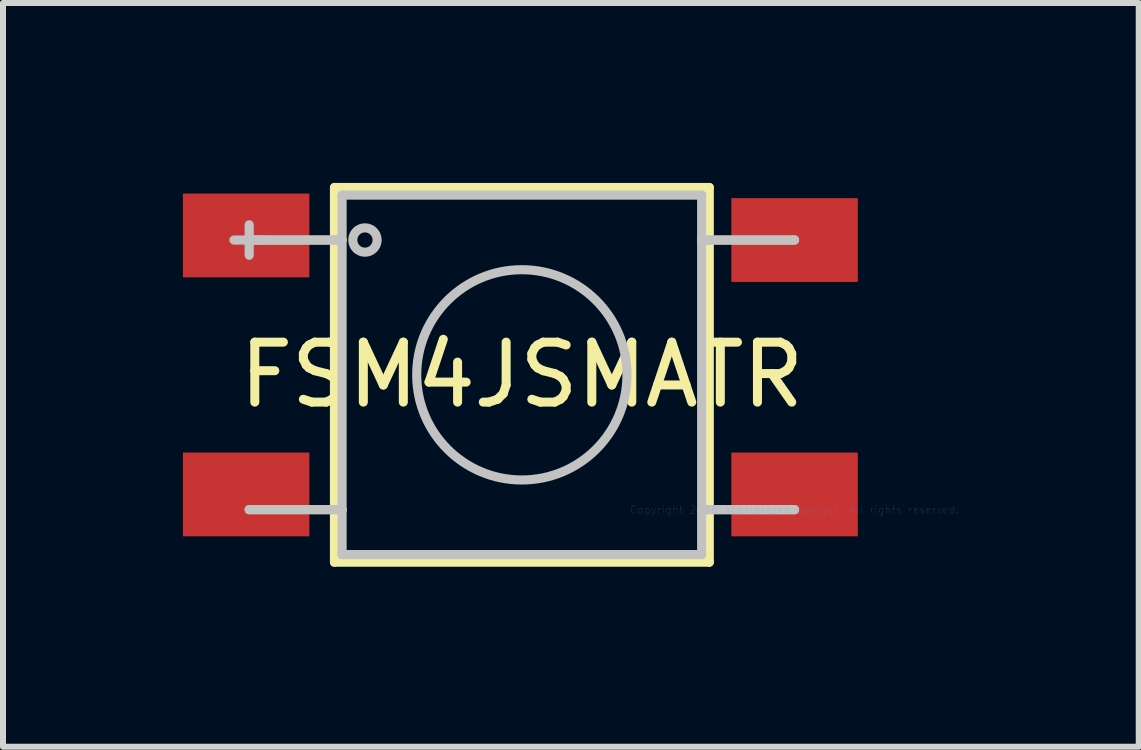
<source format=kicad_pcb>
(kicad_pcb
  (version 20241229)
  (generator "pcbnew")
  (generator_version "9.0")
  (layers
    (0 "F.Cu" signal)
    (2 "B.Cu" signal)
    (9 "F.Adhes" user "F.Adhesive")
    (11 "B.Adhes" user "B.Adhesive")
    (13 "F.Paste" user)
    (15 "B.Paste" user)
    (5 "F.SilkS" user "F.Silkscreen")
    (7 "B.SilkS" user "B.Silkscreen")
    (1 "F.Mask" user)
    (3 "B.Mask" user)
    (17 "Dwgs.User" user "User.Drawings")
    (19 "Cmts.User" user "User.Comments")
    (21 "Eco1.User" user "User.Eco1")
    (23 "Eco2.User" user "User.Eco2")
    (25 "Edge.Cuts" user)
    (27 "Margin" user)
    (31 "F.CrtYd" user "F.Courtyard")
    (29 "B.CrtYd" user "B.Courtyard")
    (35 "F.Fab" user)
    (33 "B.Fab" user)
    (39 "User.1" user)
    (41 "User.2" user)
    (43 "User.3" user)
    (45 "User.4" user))
  (footprint "FSM4JSMATR"
    (layer "F.Cu")
    (at 10.198 5.448)
    (property "Reference" "FSM4JSMATR" (at -4.547 -2.248 0) (layer "F.SilkS") (effects (font (size 1 1) (thickness 0.15))))
    (attr through_hole)
    (fp_line (start -7.671 -5.372) (end -7.671 0.876) (stroke (width 0.152) (type solid)) (layer "F.SilkS"))
    (fp_line (start -7.671 0.876) (end -1.422 0.876) (stroke (width 0.152) (type solid)) (layer "F.SilkS"))
    (fp_line (start -1.422 -5.372) (end -7.671 -5.372) (stroke (width 0.152) (type solid)) (layer "F.SilkS"))
    (fp_line (start -1.422 0.876) (end -1.422 -5.372) (stroke (width 0.152) (type solid)) (layer "F.SilkS"))
    (fp_line (start -9.347 -4.496) (end -8.839 -4.496) (stroke (width 0.152) (type solid)) (layer "Dwgs.User"))
    (fp_line (start -9.093 -4.496) (end -9.093 -4.496) (stroke (width 0.152) (type solid)) (layer "Dwgs.User"))
    (fp_line (start -9.093 -4.496) (end -7.544 -4.496) (stroke (width 0.152) (type solid)) (layer "Dwgs.User"))
    (fp_line (start -9.093 -4.242) (end -9.093 -4.75) (stroke (width 0.152) (type solid)) (layer "Dwgs.User"))
    (fp_line (start -9.093 0) (end -9.093 0) (stroke (width 0.152) (type solid)) (layer "Dwgs.User"))
    (fp_line (start -9.093 0) (end -7.544 0) (stroke (width 0.152) (type solid)) (layer "Dwgs.User"))
    (fp_line (start -7.544 -5.245) (end -7.544 0.749) (stroke (width 0.152) (type solid)) (layer "Dwgs.User"))
    (fp_line (start -7.544 -4.496) (end -9.093 -4.496) (stroke (width 0.152) (type solid)) (layer "Dwgs.User"))
    (fp_line (start -7.544 -4.496) (end -7.544 -4.496) (stroke (width 0.152) (type solid)) (layer "Dwgs.User"))
    (fp_line (start -7.544 0) (end -9.093 0) (stroke (width 0.152) (type solid)) (layer "Dwgs.User"))
    (fp_line (start -7.544 0) (end -7.544 0) (stroke (width 0.152) (type solid)) (layer "Dwgs.User"))
    (fp_line (start -7.544 0.749) (end -1.549 0.749) (stroke (width 0.152) (type solid)) (layer "Dwgs.User"))
    (fp_line (start -1.549 -5.245) (end -7.544 -5.245) (stroke (width 0.152) (type solid)) (layer "Dwgs.User"))
    (fp_line (start -1.549 -4.496) (end -1.549 -4.496) (stroke (width 0.152) (type solid)) (layer "Dwgs.User"))
    (fp_line (start -1.549 -4.496) (end 0 -4.496) (stroke (width 0.152) (type solid)) (layer "Dwgs.User"))
    (fp_line (start -1.549 0) (end -1.549 0) (stroke (width 0.152) (type solid)) (layer "Dwgs.User"))
    (fp_line (start -1.549 0) (end 0 0) (stroke (width 0.152) (type solid)) (layer "Dwgs.User"))
    (fp_line (start -1.549 0.749) (end -1.549 -5.245) (stroke (width 0.152) (type solid)) (layer "Dwgs.User"))
    (fp_line (start 0 -4.496) (end -1.549 -4.496) (stroke (width 0.152) (type solid)) (layer "Dwgs.User"))
    (fp_line (start 0 -4.496) (end 0 -4.496) (stroke (width 0.152) (type solid)) (layer "Dwgs.User"))
    (fp_line (start 0 0) (end -1.549 0) (stroke (width 0.152) (type solid)) (layer "Dwgs.User"))
    (fp_line (start 0 0) (end 0 0) (stroke (width 0.152) (type solid)) (layer "Dwgs.User"))
    (fp_circle (center -7.163 -4.496) (end -6.96 -4.496) (stroke (width 0.152) (type solid)) (fill no) (layer "Dwgs.User"))
    (fp_circle (center -4.547 -2.248) (end -2.794 -2.248) (stroke (width 0.152) (type solid)) (fill no) (layer "Dwgs.User"))
    (fp_text user "Copyright 2016 Accelerated Designs. All rights reserved." (at 0 0 0) (layer "Cmts.User") (effects (font (size 0.127 0.127) (thickness 0.002))))
    (pad "1" smd rect (at -9.144 -4.572) (size 2.108 1.397) (layers "F.Cu" "F.Mask" "F.Paste"))
    (pad "2" smd rect (at -9.144 -0.254) (size 2.108 1.397) (layers "F.Cu" "F.Mask" "F.Paste"))
    (pad "3" smd rect (at 0 -0.254) (size 2.108 1.397) (layers "F.Cu" "F.Mask" "F.Paste"))
    (pad "4" smd rect (at 0 -4.496) (size 2.108 1.397) (layers "F.Cu" "F.Mask" "F.Paste")))
  (gr_rect
    (start -3 -3)
    (end 15.937 9.401)
    (stroke (width 0.1) (type default))
    (fill no)
    (layer "Edge.Cuts")))
</source>
